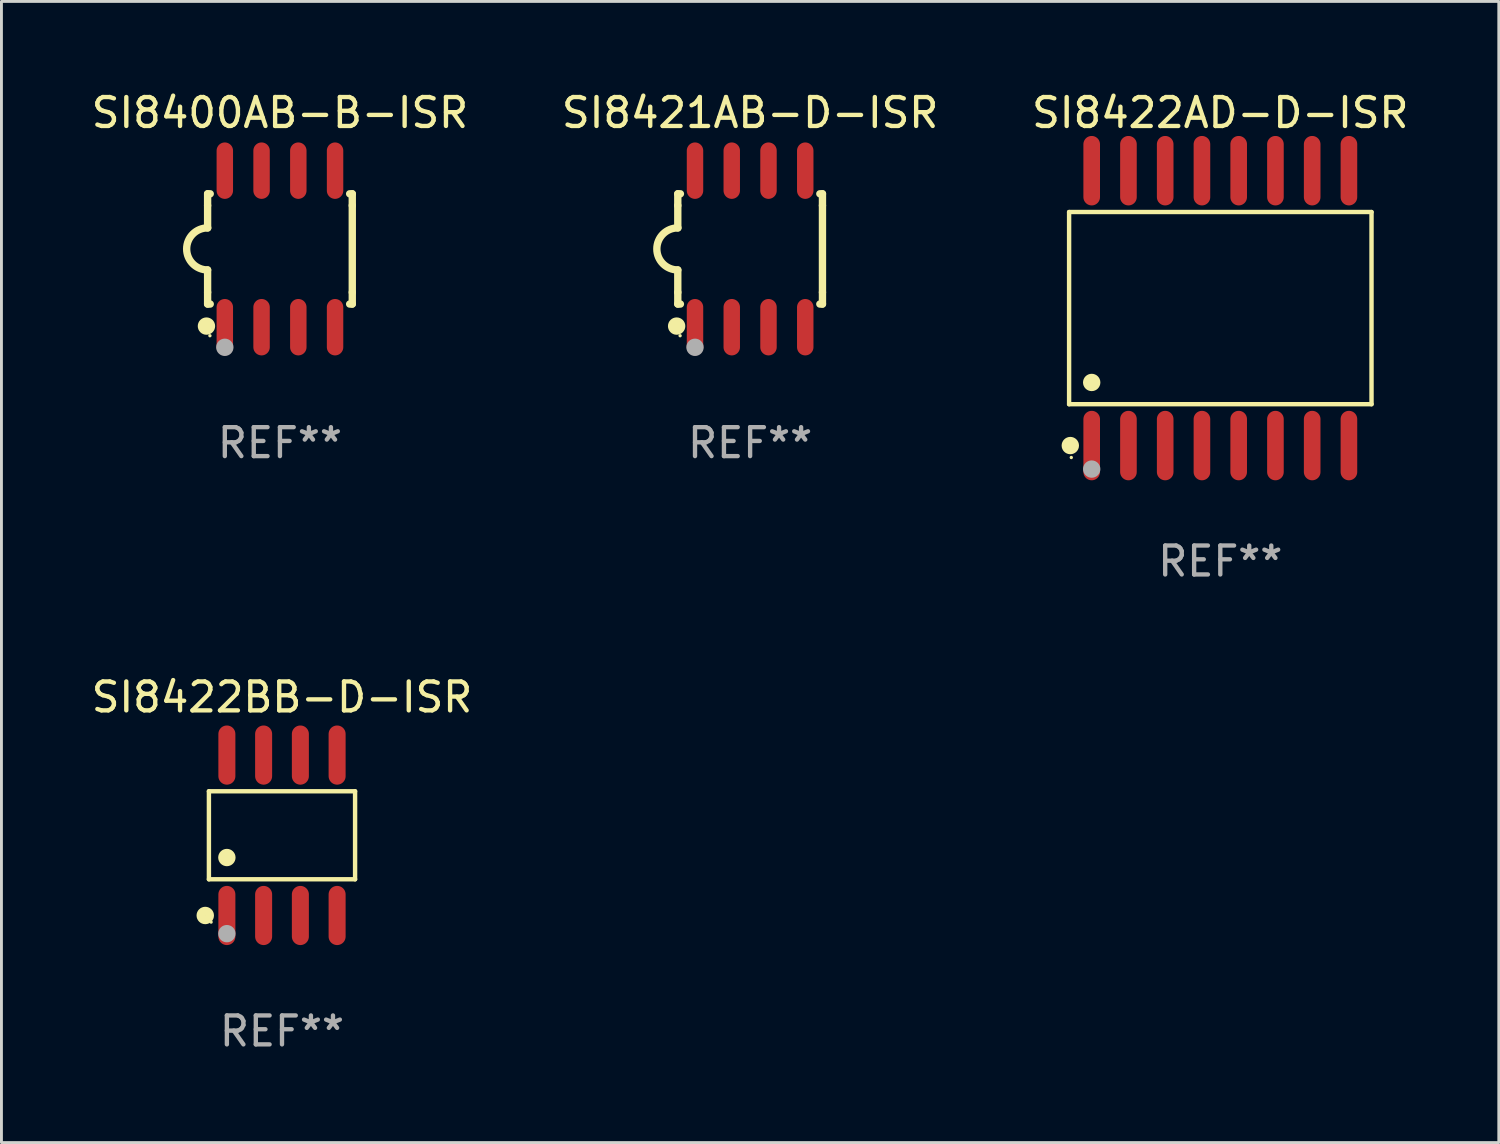
<source format=kicad_pcb>
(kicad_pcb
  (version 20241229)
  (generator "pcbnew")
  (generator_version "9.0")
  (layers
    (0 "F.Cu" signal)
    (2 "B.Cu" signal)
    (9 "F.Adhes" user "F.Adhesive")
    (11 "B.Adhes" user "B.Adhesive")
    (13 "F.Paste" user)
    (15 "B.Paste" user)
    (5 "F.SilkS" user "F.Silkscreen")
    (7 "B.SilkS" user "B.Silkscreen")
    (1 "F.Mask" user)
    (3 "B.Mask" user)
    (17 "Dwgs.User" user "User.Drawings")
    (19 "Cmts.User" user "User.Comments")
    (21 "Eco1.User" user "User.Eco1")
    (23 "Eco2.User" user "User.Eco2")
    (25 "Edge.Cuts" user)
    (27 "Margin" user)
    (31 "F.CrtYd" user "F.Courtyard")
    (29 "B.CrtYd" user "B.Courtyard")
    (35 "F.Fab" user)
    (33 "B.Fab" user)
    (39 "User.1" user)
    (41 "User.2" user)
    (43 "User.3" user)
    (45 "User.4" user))
  (footprint "SI8422AD-D-ISR"
    (layer "F.Cu")
    (at 39.125 7.599)
    (property "Reference" "SI8422AD-D-ISR" (at 0 -6.75 0) (layer "F.SilkS") (effects (font (size 1 1) (thickness 0.15))))
    (attr through_hole)
    (fp_line (start -5.226 -3.321) (end 5.226 -3.321) (stroke (width 0.152) (type solid)) (layer "F.SilkS"))
    (fp_line (start -5.226 3.321) (end -5.226 -3.321) (stroke (width 0.152) (type solid)) (layer "F.SilkS"))
    (fp_line (start 5.226 -3.321) (end 5.226 3.321) (stroke (width 0.152) (type solid)) (layer "F.SilkS"))
    (fp_line (start 5.226 3.321) (end -5.226 3.321) (stroke (width 0.152) (type solid)) (layer "F.SilkS"))
    (fp_circle (center -5.184 4.75) (end -5.034 4.75) (stroke (width 0.3) (type solid)) (fill no) (layer "F.SilkS"))
    (fp_circle (center -5.15 5.163) (end -5.12 5.163) (stroke (width 0.06) (type solid)) (fill no) (layer "F.SilkS"))
    (fp_circle (center -4.445 2.569) (end -4.295 2.569) (stroke (width 0.3) (type solid)) (fill no) (layer "F.SilkS"))
    (fp_circle (center -4.445 5.563) (end -4.295 5.563) (stroke (width 0.3) (type solid)) (fill no) (layer "F.Fab"))
    (fp_text user "REF**" (at 0 8.75 0) (layer "F.Fab") (effects (font (size 1 1) (thickness 0.15))))
    (pad "1" smd oval (at -4.445 4.75) (size 0.574 2.401) (layers "F.Cu" "F.Mask" "F.Paste"))
    (pad "2" smd oval (at -3.175 4.75) (size 0.574 2.401) (layers "F.Cu" "F.Mask" "F.Paste"))
    (pad "3" smd oval (at -1.905 4.75) (size 0.574 2.401) (layers "F.Cu" "F.Mask" "F.Paste"))
    (pad "4" smd oval (at -0.635 4.75) (size 0.574 2.401) (layers "F.Cu" "F.Mask" "F.Paste"))
    (pad "5" smd oval (at 0.635 4.75) (size 0.574 2.401) (layers "F.Cu" "F.Mask" "F.Paste"))
    (pad "6" smd oval (at 1.905 4.75) (size 0.574 2.401) (layers "F.Cu" "F.Mask" "F.Paste"))
    (pad "7" smd oval (at 3.175 4.75) (size 0.574 2.401) (layers "F.Cu" "F.Mask" "F.Paste"))
    (pad "8" smd oval (at 4.445 4.75) (size 0.574 2.401) (layers "F.Cu" "F.Mask" "F.Paste"))
    (pad "9" smd oval (at 4.445 -4.75) (size 0.574 2.401) (layers "F.Cu" "F.Mask" "F.Paste"))
    (pad "10" smd oval (at 3.175 -4.75) (size 0.574 2.401) (layers "F.Cu" "F.Mask" "F.Paste"))
    (pad "11" smd oval (at 1.905 -4.75) (size 0.574 2.401) (layers "F.Cu" "F.Mask" "F.Paste"))
    (pad "12" smd oval (at 0.635 -4.75) (size 0.574 2.401) (layers "F.Cu" "F.Mask" "F.Paste"))
    (pad "13" smd oval (at -0.635 -4.75) (size 0.574 2.401) (layers "F.Cu" "F.Mask" "F.Paste"))
    (pad "14" smd oval (at -1.905 -4.75) (size 0.574 2.401) (layers "F.Cu" "F.Mask" "F.Paste"))
    (pad "15" smd oval (at -3.175 -4.75) (size 0.574 2.401) (layers "F.Cu" "F.Mask" "F.Paste"))
    (pad "16" smd oval (at -4.445 -4.75) (size 0.574 2.401) (layers "F.Cu" "F.Mask" "F.Paste")))
  (footprint "SI8421AB-D-ISR"
    (layer "F.Cu")
    (at 22.875 5.553)
    (property "Reference" "SI8421AB-D-ISR" (at 0 -4.705 0) (layer "F.SilkS") (effects (font (size 1 1) (thickness 0.15))))
    (attr through_hole)
    (fp_line (start -2.5 -1.905) (end -2.409 -1.905) (stroke (width 0.254) (type solid)) (layer "F.SilkS"))
    (fp_line (start -2.5 -1.5) (end -2.5 -1.905) (stroke (width 0.254) (type solid)) (layer "F.SilkS"))
    (fp_line (start -2.5 -1.5) (end -2.5 -0.726) (stroke (width 0.254) (type solid)) (layer "F.SilkS"))
    (fp_line (start -2.5 1.5) (end -2.5 0.727) (stroke (width 0.254) (type solid)) (layer "F.SilkS"))
    (fp_line (start -2.5 1.5) (end -2.5 1.905) (stroke (width 0.254) (type solid)) (layer "F.SilkS"))
    (fp_line (start -2.5 1.905) (end -2.409 1.905) (stroke (width 0.254) (type solid)) (layer "F.SilkS"))
    (fp_line (start 2.5 -1.905) (end 2.409 -1.905) (stroke (width 0.254) (type solid)) (layer "F.SilkS"))
    (fp_line (start 2.5 -1.5) (end 2.5 -1.905) (stroke (width 0.254) (type solid)) (layer "F.SilkS"))
    (fp_line (start 2.5 -1.5) (end 2.5 1.5) (stroke (width 0.254) (type solid)) (layer "F.SilkS"))
    (fp_line (start 2.5 1.5) (end 2.5 1.905) (stroke (width 0.254) (type solid)) (layer "F.SilkS"))
    (fp_line (start 2.5 1.905) (end 2.409 1.905) (stroke (width 0.254) (type solid)) (layer "F.SilkS"))
    (fp_arc (start -2.5 0.726568) (mid -3.220316 -0.0023) (end -2.495097 -0.726289) (stroke (width 0.254001) (type solid)) (layer "F.SilkS"))
    (fp_circle (center -2.54 2.667) (end -2.39 2.667) (stroke (width 0.3) (type solid)) (fill no) (layer "F.SilkS"))
    (fp_circle (center -2.42 3) (end -2.39 3) (stroke (width 0.06) (type solid)) (fill no) (layer "F.SilkS"))
    (fp_circle (center -1.905 3.4) (end -1.755 3.4) (stroke (width 0.3) (type solid)) (fill no) (layer "F.Fab"))
    (fp_text user "REF**" (at 0 6.705 0) (layer "F.Fab") (effects (font (size 1 1) (thickness 0.15))))
    (pad "1" smd oval (at -1.905 2.705) (size 0.568 1.95) (layers "F.Cu" "F.Mask" "F.Paste"))
    (pad "2" smd oval (at -0.635 2.705) (size 0.568 1.95) (layers "F.Cu" "F.Mask" "F.Paste"))
    (pad "3" smd oval (at 0.635 2.705) (size 0.568 1.95) (layers "F.Cu" "F.Mask" "F.Paste"))
    (pad "4" smd oval (at 1.905 2.705) (size 0.568 1.95) (layers "F.Cu" "F.Mask" "F.Paste"))
    (pad "5" smd oval (at 1.905 -2.705) (size 0.568 1.95) (layers "F.Cu" "F.Mask" "F.Paste"))
    (pad "6" smd oval (at 0.635 -2.705) (size 0.568 1.95) (layers "F.Cu" "F.Mask" "F.Paste"))
    (pad "7" smd oval (at -0.635 -2.705) (size 0.568 1.95) (layers "F.Cu" "F.Mask" "F.Paste"))
    (pad "8" smd oval (at -1.905 -2.705) (size 0.568 1.95) (layers "F.Cu" "F.Mask" "F.Paste")))
  (footprint "SI8400AB-B-ISR"
    (layer "F.Cu")
    (at 6.625 5.553)
    (property "Reference" "SI8400AB-B-ISR" (at 0 -4.705 0) (layer "F.SilkS") (effects (font (size 1 1) (thickness 0.15))))
    (attr through_hole)
    (fp_line (start -2.5 -1.905) (end -2.409 -1.905) (stroke (width 0.254) (type solid)) (layer "F.SilkS"))
    (fp_line (start -2.5 -1.5) (end -2.5 -1.905) (stroke (width 0.254) (type solid)) (layer "F.SilkS"))
    (fp_line (start -2.5 -1.5) (end -2.5 -0.726) (stroke (width 0.254) (type solid)) (layer "F.SilkS"))
    (fp_line (start -2.5 1.5) (end -2.5 0.727) (stroke (width 0.254) (type solid)) (layer "F.SilkS"))
    (fp_line (start -2.5 1.5) (end -2.5 1.905) (stroke (width 0.254) (type solid)) (layer "F.SilkS"))
    (fp_line (start -2.5 1.905) (end -2.409 1.905) (stroke (width 0.254) (type solid)) (layer "F.SilkS"))
    (fp_line (start 2.5 -1.905) (end 2.409 -1.905) (stroke (width 0.254) (type solid)) (layer "F.SilkS"))
    (fp_line (start 2.5 -1.5) (end 2.5 -1.905) (stroke (width 0.254) (type solid)) (layer "F.SilkS"))
    (fp_line (start 2.5 -1.5) (end 2.5 1.5) (stroke (width 0.254) (type solid)) (layer "F.SilkS"))
    (fp_line (start 2.5 1.5) (end 2.5 1.905) (stroke (width 0.254) (type solid)) (layer "F.SilkS"))
    (fp_line (start 2.5 1.905) (end 2.409 1.905) (stroke (width 0.254) (type solid)) (layer "F.SilkS"))
    (fp_arc (start -2.5 0.726568) (mid -3.220316 -0.0023) (end -2.495097 -0.726289) (stroke (width 0.254001) (type solid)) (layer "F.SilkS"))
    (fp_circle (center -2.54 2.667) (end -2.39 2.667) (stroke (width 0.3) (type solid)) (fill no) (layer "F.SilkS"))
    (fp_circle (center -2.42 3) (end -2.39 3) (stroke (width 0.06) (type solid)) (fill no) (layer "F.SilkS"))
    (fp_circle (center -1.905 3.4) (end -1.755 3.4) (stroke (width 0.3) (type solid)) (fill no) (layer "F.Fab"))
    (fp_text user "REF**" (at 0 6.705 0) (layer "F.Fab") (effects (font (size 1 1) (thickness 0.15))))
    (pad "1" smd oval (at -1.905 2.705) (size 0.568 1.95) (layers "F.Cu" "F.Mask" "F.Paste"))
    (pad "2" smd oval (at -0.635 2.705) (size 0.568 1.95) (layers "F.Cu" "F.Mask" "F.Paste"))
    (pad "3" smd oval (at 0.635 2.705) (size 0.568 1.95) (layers "F.Cu" "F.Mask" "F.Paste"))
    (pad "4" smd oval (at 1.905 2.705) (size 0.568 1.95) (layers "F.Cu" "F.Mask" "F.Paste"))
    (pad "5" smd oval (at 1.905 -2.705) (size 0.568 1.95) (layers "F.Cu" "F.Mask" "F.Paste"))
    (pad "6" smd oval (at 0.635 -2.705) (size 0.568 1.95) (layers "F.Cu" "F.Mask" "F.Paste"))
    (pad "7" smd oval (at -0.635 -2.705) (size 0.568 1.95) (layers "F.Cu" "F.Mask" "F.Paste"))
    (pad "8" smd oval (at -1.905 -2.705) (size 0.568 1.95) (layers "F.Cu" "F.Mask" "F.Paste")))
  (footprint "SI8422BB-D-ISR"
    (layer "F.Cu")
    (at 6.696 25.818)
    (property "Reference" "SI8422BB-D-ISR" (at 0 -4.772 0) (layer "F.SilkS") (effects (font (size 1 1) (thickness 0.15))))
    (attr through_hole)
    (fp_line (start -2.526 -1.521) (end 2.526 -1.521) (stroke (width 0.152) (type solid)) (layer "F.SilkS"))
    (fp_line (start -2.526 1.521) (end -2.526 -1.521) (stroke (width 0.152) (type solid)) (layer "F.SilkS"))
    (fp_line (start 2.526 -1.521) (end 2.526 1.521) (stroke (width 0.152) (type solid)) (layer "F.SilkS"))
    (fp_line (start 2.526 1.521) (end -2.526 1.521) (stroke (width 0.152) (type solid)) (layer "F.SilkS"))
    (fp_circle (center -2.652 2.772) (end -2.501 2.772) (stroke (width 0.3) (type solid)) (fill no) (layer "F.SilkS"))
    (fp_circle (center -2.45 3) (end -2.42 3) (stroke (width 0.06) (type solid)) (fill no) (layer "F.SilkS"))
    (fp_circle (center -1.905 0.769) (end -1.755 0.769) (stroke (width 0.3) (type solid)) (fill no) (layer "F.SilkS"))
    (fp_circle (center -1.905 3.4) (end -1.755 3.4) (stroke (width 0.3) (type solid)) (fill no) (layer "F.Fab"))
    (fp_text user "REF**" (at 0 6.772 0) (layer "F.Fab") (effects (font (size 1 1) (thickness 0.15))))
    (pad "1" smd oval (at -1.905 2.772) (size 0.588 2.045) (layers "F.Cu" "F.Mask" "F.Paste"))
    (pad "2" smd oval (at -0.635 2.772) (size 0.588 2.045) (layers "F.Cu" "F.Mask" "F.Paste"))
    (pad "3" smd oval (at 0.635 2.772) (size 0.588 2.045) (layers "F.Cu" "F.Mask" "F.Paste"))
    (pad "4" smd oval (at 1.905 2.772) (size 0.588 2.045) (layers "F.Cu" "F.Mask" "F.Paste"))
    (pad "5" smd oval (at 1.905 -2.772) (size 0.588 2.045) (layers "F.Cu" "F.Mask" "F.Paste"))
    (pad "6" smd oval (at 0.635 -2.772) (size 0.588 2.045) (layers "F.Cu" "F.Mask" "F.Paste"))
    (pad "7" smd oval (at -0.635 -2.772) (size 0.588 2.045) (layers "F.Cu" "F.Mask" "F.Paste"))
    (pad "8" smd oval (at -1.905 -2.772) (size 0.588 2.045) (layers "F.Cu" "F.Mask" "F.Paste")))
  (gr_rect
    (start -3 -3)
    (end 48.75 36.438)
    (stroke (width 0.1) (type default))
    (fill no)
    (layer "Edge.Cuts")))
</source>
